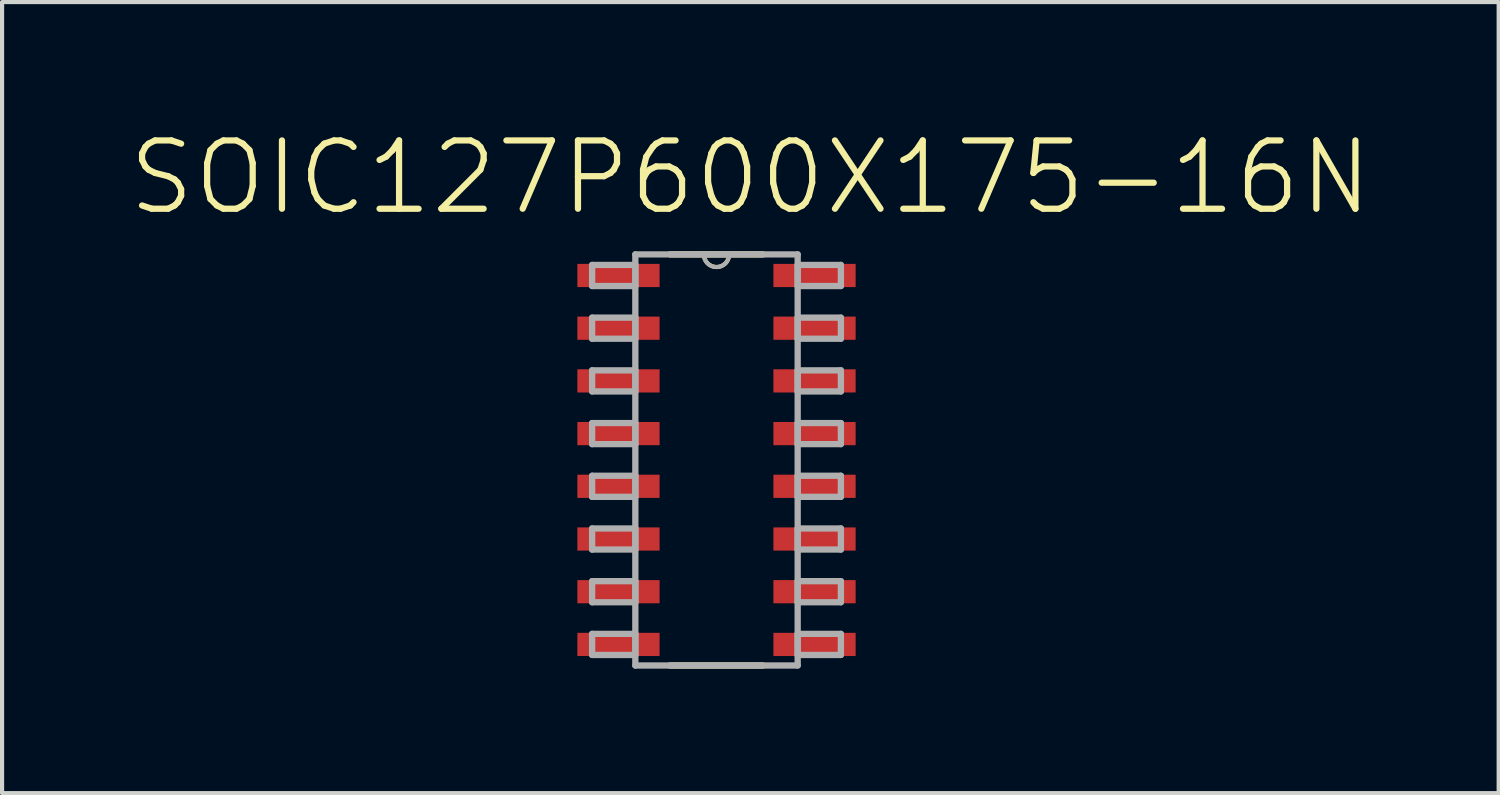
<source format=kicad_pcb>
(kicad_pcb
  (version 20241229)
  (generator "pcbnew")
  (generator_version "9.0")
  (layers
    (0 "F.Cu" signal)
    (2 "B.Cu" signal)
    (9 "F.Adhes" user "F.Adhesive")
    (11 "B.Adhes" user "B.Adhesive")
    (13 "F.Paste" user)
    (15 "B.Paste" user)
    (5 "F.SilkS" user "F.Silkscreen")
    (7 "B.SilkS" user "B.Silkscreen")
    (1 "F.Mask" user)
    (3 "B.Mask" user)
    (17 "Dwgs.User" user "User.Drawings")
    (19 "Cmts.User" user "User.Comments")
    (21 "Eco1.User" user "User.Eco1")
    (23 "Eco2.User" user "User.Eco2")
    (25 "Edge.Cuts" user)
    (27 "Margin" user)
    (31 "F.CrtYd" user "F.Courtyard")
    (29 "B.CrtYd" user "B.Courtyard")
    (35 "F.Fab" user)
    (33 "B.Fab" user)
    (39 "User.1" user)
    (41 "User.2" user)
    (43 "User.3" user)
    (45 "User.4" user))
  (footprint "SOIC127P600X175-16N"
    (layer "F.Cu")
    (at 14.215 8.033)
    (property "Reference" "SOIC127P600X175-16N" (at 0.816 -6.807 0) (layer "F.SilkS") (effects (font (size 1.646 1.646) (thickness 0.15))))
    (attr smd)
    (fp_line (start -1.118 4.953) (end 1.118 4.953) (stroke (width 0.152) (type solid)) (layer "F.SilkS"))
    (fp_line (start -0.305 -4.953) (end -1.118 -4.953) (stroke (width 0.152) (type solid)) (layer "F.SilkS"))
    (fp_line (start 0.305 -4.953) (end -0.305 -4.953) (stroke (width 0.152) (type solid)) (layer "F.SilkS"))
    (fp_line (start 1.118 -4.953) (end 0.305 -4.953) (stroke (width 0.152) (type solid)) (layer "F.SilkS"))
    (fp_arc (start 0.3048 -4.953) (mid 0 -4.6482) (end -0.3048 -4.953) (stroke (width 0.1) (type solid)) (layer "F.SilkS"))
    (fp_line (start -2.997 -4.699) (end -2.997 -4.191) (stroke (width 0.152) (type solid)) (layer "F.Fab"))
    (fp_line (start -2.997 -4.191) (end -1.956 -4.191) (stroke (width 0.152) (type solid)) (layer "F.Fab"))
    (fp_line (start -2.997 -3.429) (end -2.997 -2.921) (stroke (width 0.152) (type solid)) (layer "F.Fab"))
    (fp_line (start -2.997 -2.921) (end -1.956 -2.921) (stroke (width 0.152) (type solid)) (layer "F.Fab"))
    (fp_line (start -2.997 -2.159) (end -2.997 -1.651) (stroke (width 0.152) (type solid)) (layer "F.Fab"))
    (fp_line (start -2.997 -1.651) (end -1.956 -1.651) (stroke (width 0.152) (type solid)) (layer "F.Fab"))
    (fp_line (start -2.997 -0.889) (end -2.997 -0.381) (stroke (width 0.152) (type solid)) (layer "F.Fab"))
    (fp_line (start -2.997 -0.381) (end -1.956 -0.381) (stroke (width 0.152) (type solid)) (layer "F.Fab"))
    (fp_line (start -2.997 0.381) (end -2.997 0.889) (stroke (width 0.152) (type solid)) (layer "F.Fab"))
    (fp_line (start -2.997 0.889) (end -1.956 0.889) (stroke (width 0.152) (type solid)) (layer "F.Fab"))
    (fp_line (start -2.997 1.651) (end -2.997 2.159) (stroke (width 0.152) (type solid)) (layer "F.Fab"))
    (fp_line (start -2.997 2.159) (end -1.956 2.159) (stroke (width 0.152) (type solid)) (layer "F.Fab"))
    (fp_line (start -2.997 2.921) (end -2.997 3.429) (stroke (width 0.152) (type solid)) (layer "F.Fab"))
    (fp_line (start -2.997 3.429) (end -1.956 3.429) (stroke (width 0.152) (type solid)) (layer "F.Fab"))
    (fp_line (start -2.997 4.191) (end -2.997 4.699) (stroke (width 0.152) (type solid)) (layer "F.Fab"))
    (fp_line (start -2.997 4.699) (end -1.956 4.699) (stroke (width 0.152) (type solid)) (layer "F.Fab"))
    (fp_line (start -1.956 -4.953) (end -1.956 4.953) (stroke (width 0.152) (type solid)) (layer "F.Fab"))
    (fp_line (start -1.956 -4.699) (end -2.997 -4.699) (stroke (width 0.152) (type solid)) (layer "F.Fab"))
    (fp_line (start -1.956 -4.191) (end -1.956 -4.699) (stroke (width 0.152) (type solid)) (layer "F.Fab"))
    (fp_line (start -1.956 -3.429) (end -2.997 -3.429) (stroke (width 0.152) (type solid)) (layer "F.Fab"))
    (fp_line (start -1.956 -2.921) (end -1.956 -3.429) (stroke (width 0.152) (type solid)) (layer "F.Fab"))
    (fp_line (start -1.956 -2.159) (end -2.997 -2.159) (stroke (width 0.152) (type solid)) (layer "F.Fab"))
    (fp_line (start -1.956 -1.651) (end -1.956 -2.159) (stroke (width 0.152) (type solid)) (layer "F.Fab"))
    (fp_line (start -1.956 -0.889) (end -2.997 -0.889) (stroke (width 0.152) (type solid)) (layer "F.Fab"))
    (fp_line (start -1.956 -0.381) (end -1.956 -0.889) (stroke (width 0.152) (type solid)) (layer "F.Fab"))
    (fp_line (start -1.956 0.381) (end -2.997 0.381) (stroke (width 0.152) (type solid)) (layer "F.Fab"))
    (fp_line (start -1.956 0.889) (end -1.956 0.381) (stroke (width 0.152) (type solid)) (layer "F.Fab"))
    (fp_line (start -1.956 1.651) (end -2.997 1.651) (stroke (width 0.152) (type solid)) (layer "F.Fab"))
    (fp_line (start -1.956 2.159) (end -1.956 1.651) (stroke (width 0.152) (type solid)) (layer "F.Fab"))
    (fp_line (start -1.956 2.921) (end -2.997 2.921) (stroke (width 0.152) (type solid)) (layer "F.Fab"))
    (fp_line (start -1.956 3.429) (end -1.956 2.921) (stroke (width 0.152) (type solid)) (layer "F.Fab"))
    (fp_line (start -1.956 4.191) (end -2.997 4.191) (stroke (width 0.152) (type solid)) (layer "F.Fab"))
    (fp_line (start -1.956 4.699) (end -1.956 4.191) (stroke (width 0.152) (type solid)) (layer "F.Fab"))
    (fp_line (start -1.956 4.953) (end 1.956 4.953) (stroke (width 0.152) (type solid)) (layer "F.Fab"))
    (fp_line (start -0.305 -4.953) (end -1.956 -4.953) (stroke (width 0.152) (type solid)) (layer "F.Fab"))
    (fp_line (start 0.305 -4.953) (end -0.305 -4.953) (stroke (width 0.152) (type solid)) (layer "F.Fab"))
    (fp_line (start 1.956 -4.953) (end 0.305 -4.953) (stroke (width 0.152) (type solid)) (layer "F.Fab"))
    (fp_line (start 1.956 -4.699) (end 1.956 -4.191) (stroke (width 0.152) (type solid)) (layer "F.Fab"))
    (fp_line (start 1.956 -4.191) (end 2.997 -4.191) (stroke (width 0.152) (type solid)) (layer "F.Fab"))
    (fp_line (start 1.956 -3.429) (end 1.956 -2.921) (stroke (width 0.152) (type solid)) (layer "F.Fab"))
    (fp_line (start 1.956 -2.921) (end 2.997 -2.921) (stroke (width 0.152) (type solid)) (layer "F.Fab"))
    (fp_line (start 1.956 -2.159) (end 1.956 -1.651) (stroke (width 0.152) (type solid)) (layer "F.Fab"))
    (fp_line (start 1.956 -1.651) (end 2.997 -1.651) (stroke (width 0.152) (type solid)) (layer "F.Fab"))
    (fp_line (start 1.956 -0.889) (end 1.956 -0.381) (stroke (width 0.152) (type solid)) (layer "F.Fab"))
    (fp_line (start 1.956 -0.381) (end 2.997 -0.381) (stroke (width 0.152) (type solid)) (layer "F.Fab"))
    (fp_line (start 1.956 0.381) (end 1.956 0.889) (stroke (width 0.152) (type solid)) (layer "F.Fab"))
    (fp_line (start 1.956 0.889) (end 2.997 0.889) (stroke (width 0.152) (type solid)) (layer "F.Fab"))
    (fp_line (start 1.956 1.651) (end 1.956 2.159) (stroke (width 0.152) (type solid)) (layer "F.Fab"))
    (fp_line (start 1.956 2.159) (end 2.997 2.159) (stroke (width 0.152) (type solid)) (layer "F.Fab"))
    (fp_line (start 1.956 2.921) (end 1.956 3.429) (stroke (width 0.152) (type solid)) (layer "F.Fab"))
    (fp_line (start 1.956 3.429) (end 2.997 3.429) (stroke (width 0.152) (type solid)) (layer "F.Fab"))
    (fp_line (start 1.956 4.191) (end 1.956 4.699) (stroke (width 0.152) (type solid)) (layer "F.Fab"))
    (fp_line (start 1.956 4.699) (end 2.997 4.699) (stroke (width 0.152) (type solid)) (layer "F.Fab"))
    (fp_line (start 1.956 4.953) (end 1.956 -4.953) (stroke (width 0.152) (type solid)) (layer "F.Fab"))
    (fp_line (start 2.997 -4.699) (end 1.956 -4.699) (stroke (width 0.152) (type solid)) (layer "F.Fab"))
    (fp_line (start 2.997 -4.191) (end 2.997 -4.699) (stroke (width 0.152) (type solid)) (layer "F.Fab"))
    (fp_line (start 2.997 -3.429) (end 1.956 -3.429) (stroke (width 0.152) (type solid)) (layer "F.Fab"))
    (fp_line (start 2.997 -2.921) (end 2.997 -3.429) (stroke (width 0.152) (type solid)) (layer "F.Fab"))
    (fp_line (start 2.997 -2.159) (end 1.956 -2.159) (stroke (width 0.152) (type solid)) (layer "F.Fab"))
    (fp_line (start 2.997 -1.651) (end 2.997 -2.159) (stroke (width 0.152) (type solid)) (layer "F.Fab"))
    (fp_line (start 2.997 -0.889) (end 1.956 -0.889) (stroke (width 0.152) (type solid)) (layer "F.Fab"))
    (fp_line (start 2.997 -0.381) (end 2.997 -0.889) (stroke (width 0.152) (type solid)) (layer "F.Fab"))
    (fp_line (start 2.997 0.381) (end 1.956 0.381) (stroke (width 0.152) (type solid)) (layer "F.Fab"))
    (fp_line (start 2.997 0.889) (end 2.997 0.381) (stroke (width 0.152) (type solid)) (layer "F.Fab"))
    (fp_line (start 2.997 1.651) (end 1.956 1.651) (stroke (width 0.152) (type solid)) (layer "F.Fab"))
    (fp_line (start 2.997 2.159) (end 2.997 1.651) (stroke (width 0.152) (type solid)) (layer "F.Fab"))
    (fp_line (start 2.997 2.921) (end 1.956 2.921) (stroke (width 0.152) (type solid)) (layer "F.Fab"))
    (fp_line (start 2.997 3.429) (end 2.997 2.921) (stroke (width 0.152) (type solid)) (layer "F.Fab"))
    (fp_line (start 2.997 4.191) (end 1.956 4.191) (stroke (width 0.152) (type solid)) (layer "F.Fab"))
    (fp_line (start 2.997 4.699) (end 2.997 4.191) (stroke (width 0.152) (type solid)) (layer "F.Fab"))
    (fp_arc (start 0.3048 -4.953) (mid 0 -4.6482) (end -0.3048 -4.953) (stroke (width 0.1) (type solid)) (layer "F.Fab"))
    (pad "1" smd rect (at -2.362 -4.445) (size 1.981 0.559) (layers "F.Cu" "F.Mask" "F.Paste"))
    (pad "2" smd rect (at -2.362 -3.175) (size 1.981 0.559) (layers "F.Cu" "F.Mask" "F.Paste"))
    (pad "3" smd rect (at -2.362 -1.905) (size 1.981 0.559) (layers "F.Cu" "F.Mask" "F.Paste"))
    (pad "4" smd rect (at -2.362 -0.635) (size 1.981 0.559) (layers "F.Cu" "F.Mask" "F.Paste"))
    (pad "5" smd rect (at -2.362 0.635) (size 1.981 0.559) (layers "F.Cu" "F.Mask" "F.Paste"))
    (pad "6" smd rect (at -2.362 1.905) (size 1.981 0.559) (layers "F.Cu" "F.Mask" "F.Paste"))
    (pad "7" smd rect (at -2.362 3.175) (size 1.981 0.559) (layers "F.Cu" "F.Mask" "F.Paste"))
    (pad "8" smd rect (at -2.362 4.445) (size 1.981 0.559) (layers "F.Cu" "F.Mask" "F.Paste"))
    (pad "9" smd rect (at 2.362 4.445) (size 1.981 0.559) (layers "F.Cu" "F.Mask" "F.Paste"))
    (pad "10" smd rect (at 2.362 3.175) (size 1.981 0.559) (layers "F.Cu" "F.Mask" "F.Paste"))
    (pad "11" smd rect (at 2.362 1.905) (size 1.981 0.559) (layers "F.Cu" "F.Mask" "F.Paste"))
    (pad "12" smd rect (at 2.362 0.635) (size 1.981 0.559) (layers "F.Cu" "F.Mask" "F.Paste"))
    (pad "13" smd rect (at 2.362 -0.635) (size 1.981 0.559) (layers "F.Cu" "F.Mask" "F.Paste"))
    (pad "14" smd rect (at 2.362 -1.905) (size 1.981 0.559) (layers "F.Cu" "F.Mask" "F.Paste"))
    (pad "15" smd rect (at 2.362 -3.175) (size 1.981 0.559) (layers "F.Cu" "F.Mask" "F.Paste"))
    (pad "16" smd rect (at 2.362 -4.445) (size 1.981 0.559) (layers "F.Cu" "F.Mask" "F.Paste")))
  (gr_rect
    (start -3 -3)
    (end 33.062 16.062)
    (stroke (width 0.1) (type default))
    (fill no)
    (layer "Edge.Cuts")))
</source>
